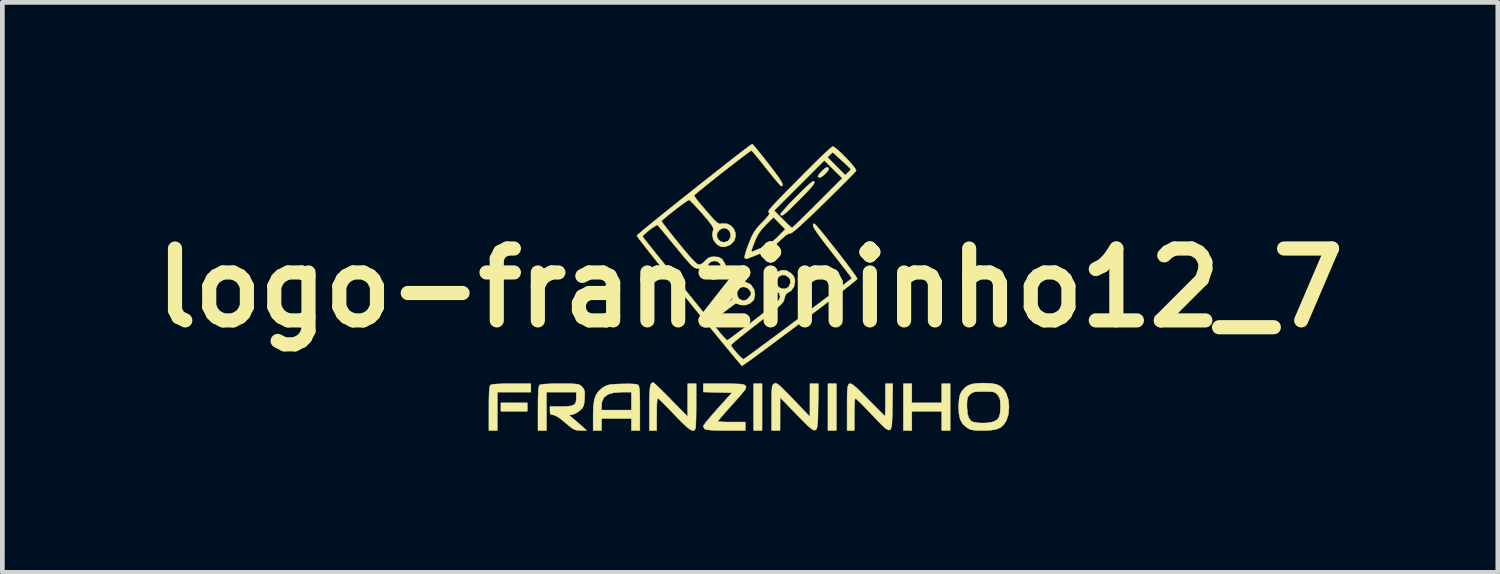
<source format=kicad_pcb>
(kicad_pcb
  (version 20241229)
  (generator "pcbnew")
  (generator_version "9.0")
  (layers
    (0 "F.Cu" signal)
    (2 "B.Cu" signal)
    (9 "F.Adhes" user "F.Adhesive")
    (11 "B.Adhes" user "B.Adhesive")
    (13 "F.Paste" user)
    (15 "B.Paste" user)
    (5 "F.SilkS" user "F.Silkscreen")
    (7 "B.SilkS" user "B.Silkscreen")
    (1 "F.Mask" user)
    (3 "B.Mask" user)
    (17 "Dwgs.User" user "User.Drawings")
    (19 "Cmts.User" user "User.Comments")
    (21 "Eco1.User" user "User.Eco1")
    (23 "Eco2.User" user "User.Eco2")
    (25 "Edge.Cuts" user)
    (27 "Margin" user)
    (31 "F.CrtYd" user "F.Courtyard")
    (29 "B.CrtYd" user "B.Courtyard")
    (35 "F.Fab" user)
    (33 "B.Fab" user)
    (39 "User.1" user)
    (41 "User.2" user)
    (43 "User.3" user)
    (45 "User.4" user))
  (footprint "logo-franzininho12_7"
    (layer "F.Cu")
    (at 12.852 3.053)
    (property "Reference" "logo-franzininho12_7" (at 0 0 0) (layer "F.SilkS") (effects (font (size 1.524 1.524) (thickness 0.3))))
    (attr through_hole)
    (fp_poly (pts (xy -4.724 2.616) (xy -5.283 2.616) (xy -5.283 2.438) (xy -4.724 2.438) (xy -4.724 2.616)) (stroke (width 0.01) (type solid)) (fill yes) (layer "F.SilkS"))
    (fp_poly (pts (xy 0.254 3.023) (xy 0.076 3.023) (xy 0.076 2.032) (xy 0.254 2.032) (xy 0.254 3.023)) (stroke (width 0.01) (type solid)) (fill yes) (layer "F.SilkS"))
    (fp_poly (pts (xy 1.829 3.023) (xy 1.651 3.023) (xy 1.651 2.032) (xy 1.829 2.032) (xy 1.829 3.023)) (stroke (width 0.01) (type solid)) (fill yes) (layer "F.SilkS"))
    (fp_poly (pts (xy 3.429 2.438) (xy 4.064 2.438) (xy 4.064 2.032) (xy 4.242 2.032) (xy 4.242 3.023) (xy 4.064 3.023) (xy 4.064 2.616) (xy 3.429 2.616) (xy 3.429 3.023) (xy 3.251 3.023) (xy 3.251 2.032) (xy 3.429 2.032) (xy 3.429 2.438)) (stroke (width 0.01) (type solid)) (fill yes) (layer "F.SilkS"))
    (fp_poly (pts (xy 1.655 -2.546) (xy 1.656 -2.545) (xy 1.667 -2.518) (xy 1.646 -2.478) (xy 1.6 -2.426) (xy 1.525 -2.359) (xy 1.471 -2.338) (xy 1.438 -2.358) (xy 1.447 -2.386) (xy 1.485 -2.435) (xy 1.525 -2.477) (xy 1.588 -2.534) (xy 1.628 -2.555) (xy 1.655 -2.546)) (stroke (width 0.01) (type solid)) (fill yes) (layer "F.SilkS"))
    (fp_poly (pts (xy -4.648 2.21) (xy -5.359 2.21) (xy -5.359 3.023) (xy -5.537 3.023) (xy -5.537 2.558) (xy -5.536 2.37) (xy -5.532 2.23) (xy -5.525 2.134) (xy -5.515 2.078) (xy -5.507 2.062) (xy -5.472 2.049) (xy -5.397 2.04) (xy -5.278 2.034) (xy -5.112 2.032) (xy -5.062 2.032) (xy -4.648 2.032) (xy -4.648 2.21)) (stroke (width 0.01) (type solid)) (fill yes) (layer "F.SilkS"))
    (fp_poly (pts (xy 1.36 -2.254) (xy 1.361 -2.251) (xy 1.36 -2.225) (xy 1.337 -2.184) (xy 1.289 -2.124) (xy 1.213 -2.041) (xy 1.104 -1.928) (xy 1.064 -1.888) (xy 0.936 -1.76) (xy 0.838 -1.665) (xy 0.766 -1.598) (xy 0.715 -1.558) (xy 0.681 -1.539) (xy 0.66 -1.539) (xy 0.646 -1.552) (xy 0.657 -1.579) (xy 0.702 -1.636) (xy 0.775 -1.719) (xy 0.872 -1.823) (xy 0.986 -1.938) (xy 1.111 -2.062) (xy 1.205 -2.153) (xy 1.273 -2.214) (xy 1.318 -2.248) (xy 1.346 -2.261) (xy 1.36 -2.254)) (stroke (width 0.01) (type solid)) (fill yes) (layer "F.SilkS"))
    (fp_poly (pts (xy 0.557 2.026) (xy 0.59 2.045) (xy 0.637 2.083) (xy 0.702 2.145) (xy 0.791 2.235) (xy 0.909 2.357) (xy 0.917 2.366) (xy 1.268 2.731) (xy 1.27 2.032) (xy 1.449 2.032) (xy 1.442 2.521) (xy 1.439 2.711) (xy 1.434 2.855) (xy 1.422 2.953) (xy 1.399 3.007) (xy 1.36 3.019) (xy 1.303 2.989) (xy 1.221 2.919) (xy 1.112 2.811) (xy 0.979 2.675) (xy 0.637 2.324) (xy 0.635 3.023) (xy 0.457 3.023) (xy 0.457 2.541) (xy 0.457 2.373) (xy 0.459 2.249) (xy 0.461 2.162) (xy 0.467 2.104) (xy 0.475 2.067) (xy 0.488 2.047) (xy 0.506 2.033) (xy 0.512 2.03) (xy 0.533 2.023) (xy 0.557 2.026)) (stroke (width 0.01) (type solid)) (fill yes) (layer "F.SilkS"))
    (fp_poly (pts (xy -2.454 2.039) (xy -2.391 2.049) (xy -2.374 2.058) (xy -2.36 2.079) (xy -2.35 2.118) (xy -2.343 2.184) (xy -2.339 2.282) (xy -2.337 2.419) (xy -2.337 2.556) (xy -2.337 3.023) (xy -2.515 3.023) (xy -2.515 2.769) (xy -3.15 2.769) (xy -3.15 3.023) (xy -3.327 3.023) (xy -3.327 2.713) (xy -3.323 2.534) (xy -3.318 2.495) (xy -3.15 2.495) (xy -3.15 2.591) (xy -2.515 2.591) (xy -2.515 2.21) (xy -2.719 2.21) (xy -2.886 2.221) (xy -3.011 2.257) (xy -3.094 2.318) (xy -3.139 2.407) (xy -3.15 2.495) (xy -3.318 2.495) (xy -3.306 2.396) (xy -3.275 2.29) (xy -3.226 2.208) (xy -3.156 2.141) (xy -3.117 2.113) (xy -3.068 2.083) (xy -3.021 2.063) (xy -2.963 2.051) (xy -2.882 2.043) (xy -2.767 2.038) (xy -2.712 2.036) (xy -2.56 2.034) (xy -2.454 2.039)) (stroke (width 0.01) (type solid)) (fill yes) (layer "F.SilkS"))
    (fp_poly (pts (xy -0.397 2.033) (xy -0.277 2.036) (xy -0.193 2.041) (xy -0.14 2.05) (xy -0.11 2.062) (xy -0.103 2.069) (xy -0.09 2.088) (xy -0.086 2.108) (xy -0.095 2.136) (xy -0.121 2.177) (xy -0.168 2.235) (xy -0.239 2.318) (xy -0.339 2.43) (xy -0.4 2.498) (xy -0.495 2.604) (xy -0.576 2.697) (xy -0.638 2.77) (xy -0.677 2.816) (xy -0.686 2.83) (xy -0.662 2.836) (xy -0.598 2.841) (xy -0.502 2.844) (xy -0.394 2.845) (xy -0.102 2.845) (xy -0.102 3.023) (xy -0.516 3.023) (xy -0.694 3.021) (xy -0.825 3.016) (xy -0.911 3.008) (xy -0.955 2.996) (xy -0.96 2.992) (xy -0.987 2.948) (xy -0.991 2.93) (xy -0.974 2.901) (xy -0.929 2.842) (xy -0.86 2.759) (xy -0.774 2.658) (xy -0.687 2.56) (xy -0.383 2.223) (xy -0.991 2.208) (xy -0.991 2.032) (xy -0.562 2.032) (xy -0.397 2.033)) (stroke (width 0.01) (type solid)) (fill yes) (layer "F.SilkS"))
    (fp_poly (pts (xy -2.03 2.024) (xy -1.977 2.072) (xy -1.9 2.146) (xy -1.805 2.24) (xy -1.697 2.348) (xy -1.678 2.369) (xy -1.322 2.731) (xy -1.322 2.381) (xy -1.321 2.032) (xy -1.143 2.032) (xy -1.143 2.487) (xy -1.144 2.636) (xy -1.146 2.77) (xy -1.15 2.878) (xy -1.154 2.952) (xy -1.158 2.982) (xy -1.18 3.017) (xy -1.214 3.027) (xy -1.262 3.008) (xy -1.328 2.96) (xy -1.418 2.879) (xy -1.533 2.763) (xy -1.612 2.68) (xy -1.716 2.571) (xy -1.808 2.477) (xy -1.883 2.403) (xy -1.935 2.354) (xy -1.958 2.337) (xy -1.967 2.361) (xy -1.974 2.426) (xy -1.979 2.524) (xy -1.981 2.644) (xy -1.981 2.68) (xy -1.981 3.023) (xy -2.134 3.023) (xy -2.134 2.545) (xy -2.133 2.364) (xy -2.129 2.228) (xy -2.123 2.13) (xy -2.112 2.065) (xy -2.096 2.027) (xy -2.073 2.01) (xy -2.053 2.007) (xy -2.03 2.024)) (stroke (width 0.01) (type solid)) (fill yes) (layer "F.SilkS"))
    (fp_poly (pts (xy 2.185 2.059) (xy 2.266 2.129) (xy 2.376 2.236) (xy 2.495 2.357) (xy 2.604 2.467) (xy 2.7 2.563) (xy 2.778 2.641) (xy 2.833 2.694) (xy 2.859 2.717) (xy 2.86 2.718) (xy 2.864 2.694) (xy 2.867 2.629) (xy 2.869 2.531) (xy 2.87 2.41) (xy 2.87 2.375) (xy 2.87 2.032) (xy 3.024 2.032) (xy 3.017 2.521) (xy 3.014 2.713) (xy 3.008 2.857) (xy 2.996 2.955) (xy 2.973 3.007) (xy 2.934 3.015) (xy 2.876 2.982) (xy 2.794 2.908) (xy 2.684 2.795) (xy 2.576 2.681) (xy 2.472 2.573) (xy 2.38 2.478) (xy 2.305 2.404) (xy 2.253 2.355) (xy 2.23 2.337) (xy 2.23 2.337) (xy 2.223 2.361) (xy 2.216 2.426) (xy 2.212 2.524) (xy 2.21 2.644) (xy 2.21 2.68) (xy 2.21 3.023) (xy 2.057 3.023) (xy 2.057 2.543) (xy 2.057 2.346) (xy 2.06 2.198) (xy 2.07 2.097) (xy 2.092 2.041) (xy 2.129 2.029) (xy 2.185 2.059)) (stroke (width 0.01) (type solid)) (fill yes) (layer "F.SilkS"))
    (fp_poly (pts (xy -3.881 2.032) (xy -3.772 2.034) (xy -3.696 2.038) (xy -3.646 2.045) (xy -3.612 2.058) (xy -3.586 2.077) (xy -3.565 2.097) (xy -3.531 2.136) (xy -3.512 2.176) (xy -3.506 2.233) (xy -3.509 2.322) (xy -3.51 2.341) (xy -3.517 2.438) (xy -3.53 2.501) (xy -3.555 2.546) (xy -3.596 2.589) (xy -3.603 2.595) (xy -3.673 2.646) (xy -3.745 2.68) (xy -3.761 2.684) (xy -3.837 2.699) (xy -3.729 2.791) (xy -3.65 2.858) (xy -3.574 2.925) (xy -3.544 2.952) (xy -3.467 3.021) (xy -3.596 3.022) (xy -3.657 3.02) (xy -3.707 3.01) (xy -3.756 2.986) (xy -3.818 2.941) (xy -3.904 2.869) (xy -3.918 2.857) (xy -4.035 2.763) (xy -4.122 2.709) (xy -4.176 2.692) (xy -4.22 2.686) (xy -4.239 2.657) (xy -4.242 2.603) (xy -4.242 2.515) (xy -4.002 2.515) (xy -3.869 2.512) (xy -3.779 2.499) (xy -3.723 2.473) (xy -3.694 2.428) (xy -3.684 2.359) (xy -3.683 2.322) (xy -3.683 2.21) (xy -4.318 2.21) (xy -4.318 3.023) (xy -4.496 3.023) (xy -4.496 2.558) (xy -4.495 2.37) (xy -4.49 2.23) (xy -4.484 2.134) (xy -4.473 2.078) (xy -4.465 2.062) (xy -4.43 2.049) (xy -4.354 2.04) (xy -4.233 2.034) (xy -4.065 2.032) (xy -4.032 2.032) (xy -3.881 2.032)) (stroke (width 0.01) (type solid)) (fill yes) (layer "F.SilkS"))
    (fp_poly (pts (xy 5.11 2.026) (xy 5.227 2.047) (xy 5.314 2.089) (xy 5.38 2.154) (xy 5.429 2.235) (xy 5.474 2.367) (xy 5.489 2.519) (xy 5.477 2.672) (xy 5.436 2.805) (xy 5.429 2.819) (xy 5.375 2.902) (xy 5.31 2.96) (xy 5.224 2.997) (xy 5.108 3.017) (xy 4.953 3.023) (xy 4.94 3.023) (xy 4.82 3.021) (xy 4.736 3.016) (xy 4.678 3.004) (xy 4.631 2.984) (xy 4.596 2.962) (xy 4.51 2.885) (xy 4.455 2.787) (xy 4.427 2.659) (xy 4.423 2.516) (xy 4.597 2.516) (xy 4.608 2.662) (xy 4.639 2.764) (xy 4.694 2.828) (xy 4.757 2.852) (xy 4.868 2.865) (xy 4.989 2.865) (xy 5.099 2.853) (xy 5.168 2.834) (xy 5.235 2.797) (xy 5.277 2.746) (xy 5.3 2.67) (xy 5.308 2.558) (xy 5.309 2.518) (xy 5.306 2.417) (xy 5.295 2.35) (xy 5.272 2.301) (xy 5.247 2.268) (xy 5.215 2.234) (xy 5.182 2.213) (xy 5.135 2.202) (xy 5.062 2.198) (xy 4.957 2.197) (xy 4.845 2.198) (xy 4.772 2.204) (xy 4.722 2.217) (xy 4.685 2.239) (xy 4.663 2.259) (xy 4.629 2.295) (xy 4.61 2.335) (xy 4.6 2.394) (xy 4.597 2.485) (xy 4.597 2.516) (xy 4.423 2.516) (xy 4.423 2.494) (xy 4.423 2.485) (xy 4.431 2.369) (xy 4.445 2.289) (xy 4.467 2.229) (xy 4.491 2.19) (xy 4.555 2.116) (xy 4.627 2.066) (xy 4.72 2.036) (xy 4.843 2.022) (xy 4.953 2.019) (xy 5.11 2.026)) (stroke (width 0.01) (type solid)) (fill yes) (layer "F.SilkS"))
    (fp_poly (pts (xy 1.789 -2.98) (xy 1.848 -2.933) (xy 1.923 -2.865) (xy 2.005 -2.784) (xy 2.086 -2.699) (xy 2.158 -2.618) (xy 2.214 -2.549) (xy 2.244 -2.501) (xy 2.248 -2.485) (xy 2.226 -2.458) (xy 2.173 -2.401) (xy 2.091 -2.317) (xy 1.985 -2.21) (xy 1.859 -2.085) (xy 1.718 -1.945) (xy 1.564 -1.796) (xy 1.56 -1.792) (xy 1.372 -1.609) (xy 1.217 -1.461) (xy 1.092 -1.345) (xy 0.996 -1.258) (xy 0.925 -1.199) (xy 0.877 -1.165) (xy 0.85 -1.154) (xy 0.846 -1.154) (xy 0.81 -1.149) (xy 0.753 -1.112) (xy 0.671 -1.04) (xy 0.624 -0.995) (xy 0.53 -0.907) (xy 0.449 -0.844) (xy 0.363 -0.794) (xy 0.253 -0.745) (xy 0.203 -0.725) (xy 0.099 -0.683) (xy 0.01 -0.648) (xy -0.051 -0.624) (xy -0.07 -0.617) (xy -0.105 -0.625) (xy -0.115 -0.641) (xy -0.112 -0.679) (xy -0.093 -0.752) (xy -0.085 -0.774) (xy 0.027 -0.774) (xy 0.035 -0.764) (xy 0.045 -0.766) (xy 0.076 -0.779) (xy 0.142 -0.806) (xy 0.228 -0.841) (xy 0.245 -0.848) (xy 0.36 -0.901) (xy 0.457 -0.965) (xy 0.558 -1.053) (xy 0.587 -1.082) (xy 0.748 -1.244) (xy 0.622 -1.372) (xy 0.497 -1.499) (xy 0.338 -1.342) (xy 0.243 -1.239) (xy 0.175 -1.144) (xy 0.119 -1.033) (xy 0.102 -0.992) (xy 0.059 -0.882) (xy 0.035 -0.812) (xy 0.027 -0.774) (xy -0.085 -0.774) (xy -0.06 -0.849) (xy -0.025 -0.942) (xy 0.026 -1.067) (xy 0.071 -1.159) (xy 0.121 -1.235) (xy 0.183 -1.31) (xy 0.256 -1.385) (xy 0.339 -1.472) (xy 0.388 -1.531) (xy 0.408 -1.569) (xy 0.404 -1.593) (xy 0.401 -1.595) (xy 0.394 -1.605) (xy 0.391 -1.616) (xy 0.396 -1.634) (xy 0.399 -1.639) (xy 0.508 -1.639) (xy 0.692 -1.455) (xy 0.769 -1.378) (xy 0.834 -1.316) (xy 0.876 -1.279) (xy 0.889 -1.27) (xy 0.909 -1.287) (xy 0.961 -1.336) (xy 1.04 -1.412) (xy 1.141 -1.511) (xy 1.259 -1.628) (xy 1.39 -1.758) (xy 1.429 -1.797) (xy 1.956 -2.325) (xy 1.574 -2.704) (xy 0.508 -1.639) (xy 0.399 -1.639) (xy 0.413 -1.66) (xy 0.443 -1.698) (xy 0.49 -1.751) (xy 0.558 -1.823) (xy 0.648 -1.917) (xy 0.764 -2.035) (xy 0.908 -2.182) (xy 1.084 -2.36) (xy 1.168 -2.445) (xy 1.305 -2.582) (xy 1.432 -2.707) (xy 1.496 -2.769) (xy 1.64 -2.769) (xy 2.017 -2.389) (xy 2.075 -2.443) (xy 2.116 -2.486) (xy 2.134 -2.514) (xy 2.134 -2.515) (xy 2.116 -2.538) (xy 2.068 -2.586) (xy 1.998 -2.652) (xy 1.941 -2.704) (xy 1.749 -2.877) (xy 1.64 -2.769) (xy 1.496 -2.769) (xy 1.545 -2.816) (xy 1.638 -2.902) (xy 1.706 -2.964) (xy 1.746 -2.994) (xy 1.753 -2.997) (xy 1.789 -2.98)) (stroke (width 0.01) (type solid)) (fill yes) (layer "F.SilkS"))
    (fp_poly (pts (xy 0.065 -3.029) (xy 0.112 -2.975) (xy 0.18 -2.893) (xy 0.264 -2.789) (xy 0.36 -2.667) (xy 0.389 -2.629) (xy 0.506 -2.477) (xy 0.592 -2.359) (xy 0.65 -2.273) (xy 0.682 -2.214) (xy 0.69 -2.178) (xy 0.677 -2.161) (xy 0.661 -2.159) (xy 0.639 -2.178) (xy 0.591 -2.231) (xy 0.522 -2.312) (xy 0.439 -2.414) (xy 0.345 -2.531) (xy 0.343 -2.534) (xy 0.249 -2.652) (xy 0.166 -2.755) (xy 0.098 -2.838) (xy 0.051 -2.893) (xy 0.03 -2.914) (xy 0.03 -2.914) (xy 0.007 -2.901) (xy -0.051 -2.86) (xy -0.135 -2.797) (xy -0.242 -2.716) (xy -0.364 -2.622) (xy -0.495 -2.52) (xy -0.631 -2.414) (xy -0.764 -2.309) (xy -0.889 -2.209) (xy -0.999 -2.12) (xy -1.09 -2.046) (xy -1.154 -1.992) (xy -1.186 -1.962) (xy -1.189 -1.959) (xy -1.175 -1.933) (xy -1.134 -1.876) (xy -1.07 -1.796) (xy -0.988 -1.699) (xy -0.939 -1.641) (xy -0.84 -1.528) (xy -0.769 -1.449) (xy -0.717 -1.398) (xy -0.679 -1.369) (xy -0.648 -1.357) (xy -0.617 -1.357) (xy -0.597 -1.361) (xy -0.493 -1.359) (xy -0.409 -1.321) (xy -0.348 -1.255) (xy -0.314 -1.173) (xy -0.31 -1.083) (xy -0.339 -0.998) (xy -0.404 -0.927) (xy -0.446 -0.903) (xy -0.542 -0.869) (xy -0.62 -0.874) (xy -0.698 -0.921) (xy -0.715 -0.936) (xy -0.781 -1.026) (xy -0.791 -1.082) (xy -0.703 -1.082) (xy -0.672 -1.022) (xy -0.619 -0.98) (xy -0.552 -0.965) (xy -0.48 -0.987) (xy -0.453 -1.007) (xy -0.413 -1.072) (xy -0.411 -1.145) (xy -0.442 -1.213) (xy -0.498 -1.259) (xy -0.55 -1.27) (xy -0.612 -1.252) (xy -0.66 -1.219) (xy -0.702 -1.151) (xy -0.703 -1.082) (xy -0.791 -1.082) (xy -0.8 -1.134) (xy -0.78 -1.234) (xy -0.779 -1.261) (xy -0.794 -1.3) (xy -0.83 -1.354) (xy -0.891 -1.432) (xy -0.982 -1.539) (xy -1.014 -1.577) (xy -1.104 -1.678) (xy -1.183 -1.763) (xy -1.246 -1.827) (xy -1.285 -1.862) (xy -1.293 -1.867) (xy -1.322 -1.852) (xy -1.381 -1.812) (xy -1.461 -1.755) (xy -1.553 -1.686) (xy -1.647 -1.613) (xy -1.736 -1.542) (xy -1.81 -1.481) (xy -1.861 -1.436) (xy -1.879 -1.415) (xy -1.864 -1.391) (xy -1.821 -1.333) (xy -1.755 -1.247) (xy -1.671 -1.14) (xy -1.573 -1.017) (xy -1.522 -0.954) (xy -1.38 -0.782) (xy -1.266 -0.649) (xy -1.18 -0.558) (xy -1.122 -0.507) (xy -1.102 -0.497) (xy -1.054 -0.495) (xy -1.006 -0.522) (xy -0.955 -0.571) (xy -0.893 -0.628) (xy -0.836 -0.654) (xy -0.758 -0.66) (xy -0.757 -0.66) (xy -0.668 -0.651) (xy -0.607 -0.619) (xy -0.591 -0.603) (xy -0.531 -0.509) (xy -0.516 -0.411) (xy -0.541 -0.318) (xy -0.6 -0.242) (xy -0.69 -0.192) (xy -0.783 -0.178) (xy -0.87 -0.199) (xy -0.948 -0.254) (xy -0.996 -0.328) (xy -1.001 -0.341) (xy -1.022 -0.385) (xy -1.069 -0.406) (xy -1.111 -0.411) (xy -1.143 -0.416) (xy -1.174 -0.427) (xy -1.195 -0.441) (xy -0.91 -0.441) (xy -0.898 -0.375) (xy -0.857 -0.32) (xy -0.796 -0.285) (xy -0.727 -0.279) (xy -0.66 -0.31) (xy -0.65 -0.319) (xy -0.62 -0.374) (xy -0.61 -0.433) (xy -0.63 -0.507) (xy -0.682 -0.555) (xy -0.752 -0.573) (xy -0.825 -0.558) (xy -0.882 -0.511) (xy -0.91 -0.441) (xy -1.195 -0.441) (xy -1.209 -0.451) (xy -1.252 -0.49) (xy -1.309 -0.552) (xy -1.385 -0.639) (xy -1.484 -0.758) (xy -1.574 -0.868) (xy -1.681 -0.997) (xy -1.777 -1.113) (xy -1.857 -1.211) (xy -1.917 -1.283) (xy -1.953 -1.325) (xy -1.96 -1.333) (xy -1.986 -1.327) (xy -2.038 -1.296) (xy -2.105 -1.249) (xy -2.174 -1.196) (xy -2.233 -1.145) (xy -2.272 -1.106) (xy -2.28 -1.089) (xy -2.263 -1.066) (xy -2.218 -1.007) (xy -2.147 -0.917) (xy -2.054 -0.8) (xy -1.942 -0.66) (xy -1.814 -0.501) (xy -1.675 -0.327) (xy -1.577 -0.207) (xy -0.881 0.656) (xy -0.631 0.452) (xy -0.381 0.247) (xy -0.381 0.158) (xy -0.275 0.158) (xy -0.24 0.226) (xy -0.222 0.241) (xy -0.146 0.272) (xy -0.075 0.254) (xy -0.016 0.196) (xy 0.018 0.143) (xy 0.021 0.104) (xy -0.001 0.056) (xy -0.056 0.001) (xy -0.13 -0.023) (xy -0.204 -0.01) (xy -0.238 0.013) (xy -0.275 0.081) (xy -0.275 0.158) (xy -0.381 0.158) (xy -0.381 0.126) (xy -0.376 0.044) (xy -0.354 -0.009) (xy -0.306 -0.059) (xy -0.303 -0.061) (xy -0.204 -0.118) (xy -0.103 -0.125) (xy -0.008 -0.083) (xy 0.027 -0.053) (xy 0.084 0.035) (xy 0.103 0.138) (xy 0.083 0.238) (xy 0.063 0.272) (xy -0.005 0.331) (xy -0.098 0.364) (xy -0.192 0.363) (xy -0.214 0.356) (xy -0.271 0.337) (xy -0.305 0.33) (xy -0.33 0.345) (xy -0.385 0.385) (xy -0.461 0.442) (xy -0.548 0.509) (xy -0.637 0.58) (xy -0.718 0.645) (xy -0.782 0.7) (xy -0.797 0.713) (xy -0.791 0.739) (xy -0.759 0.792) (xy -0.709 0.862) (xy -0.649 0.939) (xy -0.587 1.012) (xy -0.533 1.071) (xy -0.493 1.107) (xy -0.478 1.112) (xy -0.453 1.095) (xy -0.393 1.051) (xy -0.304 0.985) (xy -0.191 0.899) (xy -0.059 0.799) (xy 0.085 0.689) (xy 0.089 0.686) (xy 0.252 0.56) (xy 0.379 0.461) (xy 0.475 0.385) (xy 0.543 0.326) (xy 0.589 0.282) (xy 0.616 0.249) (xy 0.63 0.221) (xy 0.635 0.195) (xy 0.635 0.186) (xy 0.624 0.121) (xy 0.586 0.09) (xy 0.583 0.088) (xy 0.526 0.046) (xy 0.484 -0.029) (xy 0.464 -0.121) (xy 0.464 -0.122) (xy 0.557 -0.122) (xy 0.579 -0.05) (xy 0.601 -0.021) (xy 0.666 0.019) (xy 0.742 0.021) (xy 0.809 -0.013) (xy 0.824 -0.031) (xy 0.86 -0.112) (xy 0.847 -0.184) (xy 0.813 -0.229) (xy 0.744 -0.271) (xy 0.674 -0.273) (xy 0.614 -0.242) (xy 0.572 -0.189) (xy 0.557 -0.122) (xy 0.464 -0.122) (xy 0.468 -0.189) (xy 0.502 -0.274) (xy 0.567 -0.331) (xy 0.672 -0.375) (xy 0.768 -0.369) (xy 0.861 -0.314) (xy 0.869 -0.307) (xy 0.925 -0.247) (xy 0.948 -0.184) (xy 0.951 -0.132) (xy 0.929 -0.022) (xy 0.867 0.062) (xy 0.797 0.103) (xy 0.753 0.142) (xy 0.728 0.222) (xy 0.728 0.223) (xy 0.721 0.254) (xy 0.709 0.284) (xy 0.687 0.316) (xy 0.65 0.356) (xy 0.594 0.407) (xy 0.514 0.473) (xy 0.406 0.56) (xy 0.265 0.67) (xy 0.152 0.758) (xy 0.007 0.871) (xy -0.125 0.975) (xy -0.237 1.065) (xy -0.324 1.137) (xy -0.382 1.187) (xy -0.406 1.211) (xy -0.406 1.212) (xy -0.389 1.248) (xy -0.347 1.306) (xy -0.292 1.372) (xy -0.233 1.436) (xy -0.18 1.487) (xy -0.144 1.513) (xy -0.137 1.514) (xy -0.111 1.496) (xy -0.049 1.452) (xy 0.044 1.385) (xy 0.164 1.296) (xy 0.306 1.191) (xy 0.466 1.073) (xy 0.639 0.944) (xy 0.821 0.808) (xy 1.008 0.668) (xy 1.195 0.529) (xy 1.377 0.392) (xy 1.551 0.261) (xy 1.711 0.14) (xy 1.854 0.033) (xy 1.974 -0.059) (xy 2.067 -0.131) (xy 2.13 -0.18) (xy 2.157 -0.202) (xy 2.158 -0.203) (xy 2.143 -0.226) (xy 2.101 -0.283) (xy 2.035 -0.369) (xy 1.95 -0.48) (xy 1.85 -0.608) (xy 1.74 -0.749) (xy 1.606 -0.921) (xy 1.502 -1.058) (xy 1.425 -1.163) (xy 1.373 -1.242) (xy 1.344 -1.297) (xy 1.335 -1.333) (xy 1.343 -1.354) (xy 1.359 -1.362) (xy 1.38 -1.344) (xy 1.428 -1.292) (xy 1.496 -1.212) (xy 1.58 -1.109) (xy 1.675 -0.99) (xy 1.777 -0.861) (xy 1.881 -0.729) (xy 1.982 -0.598) (xy 2.075 -0.475) (xy 2.155 -0.367) (xy 2.218 -0.28) (xy 2.259 -0.219) (xy 2.273 -0.191) (xy 2.254 -0.171) (xy 2.197 -0.125) (xy 2.109 -0.054) (xy 1.993 0.036) (xy 1.853 0.144) (xy 1.693 0.266) (xy 1.519 0.399) (xy 1.334 0.539) (xy 1.143 0.684) (xy 0.95 0.829) (xy 0.758 0.973) (xy 0.574 1.11) (xy 0.4 1.24) (xy 0.242 1.357) (xy 0.103 1.459) (xy -0.013 1.542) (xy -0.1 1.604) (xy -0.155 1.641) (xy -0.172 1.651) (xy -0.191 1.631) (xy -0.239 1.576) (xy -0.313 1.487) (xy -0.412 1.368) (xy -0.532 1.223) (xy -0.671 1.054) (xy -0.826 0.864) (xy -0.995 0.658) (xy -1.174 0.437) (xy -1.295 0.288) (xy -1.48 0.059) (xy -1.656 -0.159) (xy -1.819 -0.362) (xy -1.967 -0.547) (xy -2.098 -0.712) (xy -2.208 -0.852) (xy -2.296 -0.965) (xy -2.359 -1.047) (xy -2.394 -1.095) (xy -2.4 -1.107) (xy -2.381 -1.127) (xy -2.326 -1.174) (xy -2.239 -1.247) (xy -2.125 -1.341) (xy -1.987 -1.453) (xy -1.83 -1.579) (xy -1.659 -1.717) (xy -1.476 -1.863) (xy -1.287 -2.013) (xy -1.096 -2.165) (xy -0.906 -2.315) (xy -0.722 -2.46) (xy -0.549 -2.596) (xy -0.39 -2.721) (xy -0.249 -2.83) (xy -0.131 -2.921) (xy -0.04 -2.989) (xy 0.02 -3.033) (xy 0.045 -3.048) (xy 0.065 -3.029)) (stroke (width 0.01) (type solid)) (fill yes) (layer "F.SilkS")))
  (gr_rect
    (start -3 -3)
    (end 28.705 9.085)
    (stroke (width 0.1) (type default))
    (fill no)
    (layer "Edge.Cuts")))
</source>
